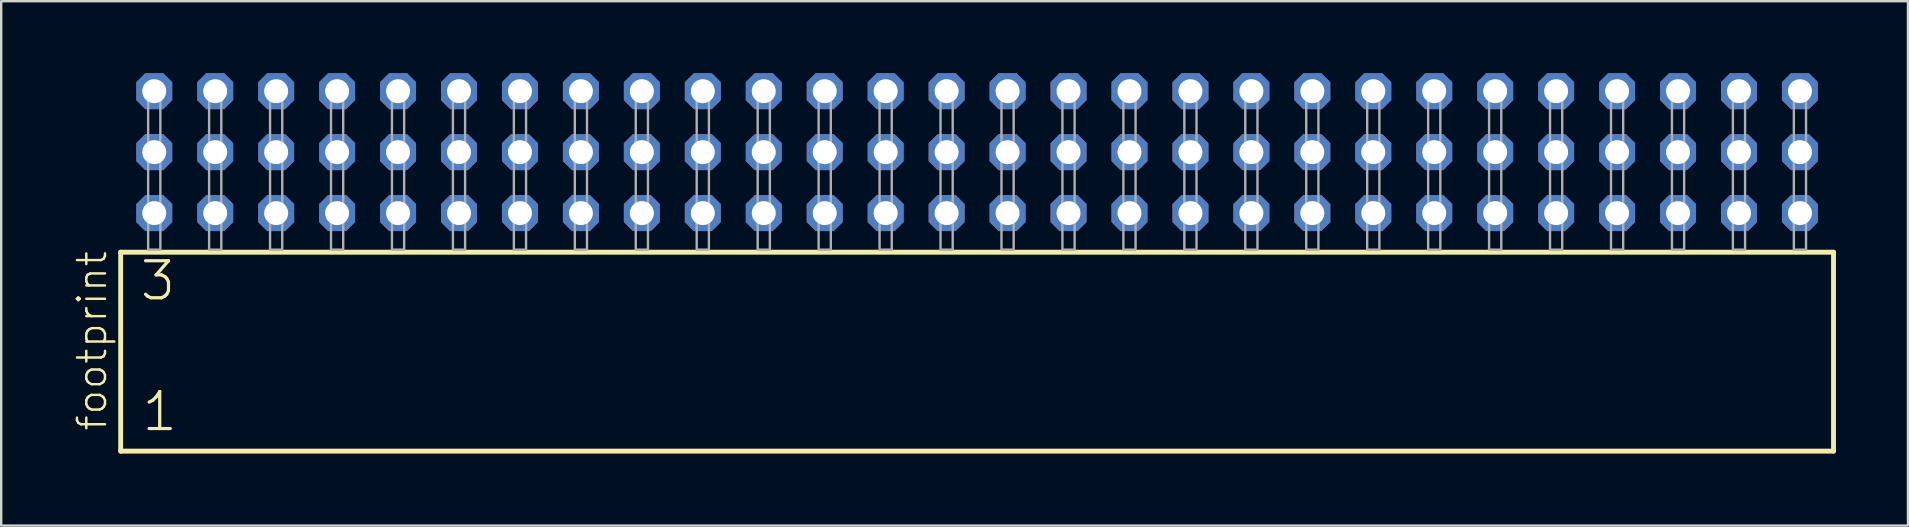
<source format=kicad_pcb>
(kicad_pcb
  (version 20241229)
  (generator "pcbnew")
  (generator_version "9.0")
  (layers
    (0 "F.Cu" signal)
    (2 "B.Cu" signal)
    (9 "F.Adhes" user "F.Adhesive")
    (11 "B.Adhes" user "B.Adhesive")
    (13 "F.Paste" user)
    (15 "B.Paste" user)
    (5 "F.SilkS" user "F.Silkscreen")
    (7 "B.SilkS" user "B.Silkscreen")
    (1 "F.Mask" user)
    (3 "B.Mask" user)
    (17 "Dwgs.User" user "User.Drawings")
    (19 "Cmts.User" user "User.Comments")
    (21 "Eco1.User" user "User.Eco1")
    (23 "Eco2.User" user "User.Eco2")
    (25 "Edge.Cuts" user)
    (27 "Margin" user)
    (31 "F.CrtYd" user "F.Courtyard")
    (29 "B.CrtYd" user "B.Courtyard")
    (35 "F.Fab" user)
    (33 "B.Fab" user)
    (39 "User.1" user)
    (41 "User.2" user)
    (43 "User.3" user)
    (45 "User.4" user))
  (footprint "footprint"
    (layer "F.Cu")
    (at 37.668 7.354)
    (property "Reference" "footprint" (at -36.195 7.62 90) (layer "F.SilkS") (effects (font (size 1.168 1.168) (thickness 0.102)) (justify left bottom)))
    (fp_line (start -35.689 0.106) (end -35.689 8.396) (stroke (width 0.203) (type solid)) (layer "F.SilkS"))
    (fp_line (start -35.689 8.396) (end 35.689 8.396) (stroke (width 0.203) (type solid)) (layer "F.SilkS"))
    (fp_line (start 35.689 0.106) (end -35.689 0.106) (stroke (width 0.203) (type solid)) (layer "F.SilkS"))
    (fp_line (start 35.689 8.396) (end 35.689 0.106) (stroke (width 0.203) (type solid)) (layer "F.SilkS"))
    (fp_poly (pts (xy -34.544 0) (xy -34.036 0) (xy -34.036 -6.858) (xy -34.544 -6.858)) (stroke (width 0.1) (type solid)) (fill no) (layer "F.Fab"))
    (fp_poly (pts (xy -32.004 0) (xy -31.496 0) (xy -31.496 -6.858) (xy -32.004 -6.858)) (stroke (width 0.1) (type solid)) (fill no) (layer "F.Fab"))
    (fp_poly (pts (xy -29.464 0) (xy -28.956 0) (xy -28.956 -6.858) (xy -29.464 -6.858)) (stroke (width 0.1) (type solid)) (fill no) (layer "F.Fab"))
    (fp_poly (pts (xy -26.924 0) (xy -26.416 0) (xy -26.416 -6.858) (xy -26.924 -6.858)) (stroke (width 0.1) (type solid)) (fill no) (layer "F.Fab"))
    (fp_poly (pts (xy -24.384 0) (xy -23.876 0) (xy -23.876 -6.858) (xy -24.384 -6.858)) (stroke (width 0.1) (type solid)) (fill no) (layer "F.Fab"))
    (fp_poly (pts (xy -21.844 0) (xy -21.336 0) (xy -21.336 -6.858) (xy -21.844 -6.858)) (stroke (width 0.1) (type solid)) (fill no) (layer "F.Fab"))
    (fp_poly (pts (xy -19.304 0) (xy -18.796 0) (xy -18.796 -6.858) (xy -19.304 -6.858)) (stroke (width 0.1) (type solid)) (fill no) (layer "F.Fab"))
    (fp_poly (pts (xy -16.764 0) (xy -16.256 0) (xy -16.256 -6.858) (xy -16.764 -6.858)) (stroke (width 0.1) (type solid)) (fill no) (layer "F.Fab"))
    (fp_poly (pts (xy -14.224 0) (xy -13.716 0) (xy -13.716 -6.858) (xy -14.224 -6.858)) (stroke (width 0.1) (type solid)) (fill no) (layer "F.Fab"))
    (fp_poly (pts (xy -11.684 0) (xy -11.176 0) (xy -11.176 -6.858) (xy -11.684 -6.858)) (stroke (width 0.1) (type solid)) (fill no) (layer "F.Fab"))
    (fp_poly (pts (xy -9.144 0) (xy -8.636 0) (xy -8.636 -6.858) (xy -9.144 -6.858)) (stroke (width 0.1) (type solid)) (fill no) (layer "F.Fab"))
    (fp_poly (pts (xy -6.604 0) (xy -6.096 0) (xy -6.096 -6.858) (xy -6.604 -6.858)) (stroke (width 0.1) (type solid)) (fill no) (layer "F.Fab"))
    (fp_poly (pts (xy -4.064 0) (xy -3.556 0) (xy -3.556 -6.858) (xy -4.064 -6.858)) (stroke (width 0.1) (type solid)) (fill no) (layer "F.Fab"))
    (fp_poly (pts (xy -1.524 0) (xy -1.016 0) (xy -1.016 -6.858) (xy -1.524 -6.858)) (stroke (width 0.1) (type solid)) (fill no) (layer "F.Fab"))
    (fp_poly (pts (xy 1.016 0) (xy 1.524 0) (xy 1.524 -6.858) (xy 1.016 -6.858)) (stroke (width 0.1) (type solid)) (fill no) (layer "F.Fab"))
    (fp_poly (pts (xy 3.556 0) (xy 4.064 0) (xy 4.064 -6.858) (xy 3.556 -6.858)) (stroke (width 0.1) (type solid)) (fill no) (layer "F.Fab"))
    (fp_poly (pts (xy 6.096 0) (xy 6.604 0) (xy 6.604 -6.858) (xy 6.096 -6.858)) (stroke (width 0.1) (type solid)) (fill no) (layer "F.Fab"))
    (fp_poly (pts (xy 8.636 0) (xy 9.144 0) (xy 9.144 -6.858) (xy 8.636 -6.858)) (stroke (width 0.1) (type solid)) (fill no) (layer "F.Fab"))
    (fp_poly (pts (xy 11.176 0) (xy 11.684 0) (xy 11.684 -6.858) (xy 11.176 -6.858)) (stroke (width 0.1) (type solid)) (fill no) (layer "F.Fab"))
    (fp_poly (pts (xy 13.716 0) (xy 14.224 0) (xy 14.224 -6.858) (xy 13.716 -6.858)) (stroke (width 0.1) (type solid)) (fill no) (layer "F.Fab"))
    (fp_poly (pts (xy 16.256 0) (xy 16.764 0) (xy 16.764 -6.858) (xy 16.256 -6.858)) (stroke (width 0.1) (type solid)) (fill no) (layer "F.Fab"))
    (fp_poly (pts (xy 18.796 0) (xy 19.304 0) (xy 19.304 -6.858) (xy 18.796 -6.858)) (stroke (width 0.1) (type solid)) (fill no) (layer "F.Fab"))
    (fp_poly (pts (xy 21.336 0) (xy 21.844 0) (xy 21.844 -6.858) (xy 21.336 -6.858)) (stroke (width 0.1) (type solid)) (fill no) (layer "F.Fab"))
    (fp_poly (pts (xy 23.876 0) (xy 24.384 0) (xy 24.384 -6.858) (xy 23.876 -6.858)) (stroke (width 0.1) (type solid)) (fill no) (layer "F.Fab"))
    (fp_poly (pts (xy 26.416 0) (xy 26.924 0) (xy 26.924 -6.858) (xy 26.416 -6.858)) (stroke (width 0.1) (type solid)) (fill no) (layer "F.Fab"))
    (fp_poly (pts (xy 28.956 0) (xy 29.464 0) (xy 29.464 -6.858) (xy 28.956 -6.858)) (stroke (width 0.1) (type solid)) (fill no) (layer "F.Fab"))
    (fp_poly (pts (xy 31.496 0) (xy 32.004 0) (xy 32.004 -6.858) (xy 31.496 -6.858)) (stroke (width 0.1) (type solid)) (fill no) (layer "F.Fab"))
    (fp_poly (pts (xy 34.036 0) (xy 34.544 0) (xy 34.544 -6.858) (xy 34.036 -6.858)) (stroke (width 0.1) (type solid)) (fill no) (layer "F.Fab"))
    (fp_text user "1" (at -34.885 7.65 0) (layer "F.SilkS") (effects (font (size 1.542 1.542) (thickness 0.134)) (justify left bottom)))
    (fp_text user "3" (at -34.96 2.2 0) (layer "F.SilkS") (effects (font (size 1.542 1.542) (thickness 0.134)) (justify left bottom)))
    (pad "1" thru_hole roundrect (at -34.29 -1.524) (size 1.5 1.5) (drill 1) (layers "*.Cu" "*.Mask") (roundrect_rratio 0.25) (chamfer_ratio 0.25) (chamfer top_left top_right bottom_left bottom_right))
    (pad "2" thru_hole roundrect (at -34.29 -4.064) (size 1.5 1.5) (drill 1) (layers "*.Cu" "*.Mask") (roundrect_rratio 0.25) (chamfer_ratio 0.25) (chamfer top_left top_right bottom_left bottom_right))
    (pad "3" thru_hole roundrect (at -34.29 -6.604) (size 1.5 1.5) (drill 1) (layers "*.Cu" "*.Mask") (roundrect_rratio 0.25) (chamfer_ratio 0.25) (chamfer top_left top_right bottom_left bottom_right))
    (pad "4" thru_hole roundrect (at -31.75 -1.524) (size 1.5 1.5) (drill 1) (layers "*.Cu" "*.Mask") (roundrect_rratio 0.25) (chamfer_ratio 0.25) (chamfer top_left top_right bottom_left bottom_right))
    (pad "5" thru_hole roundrect (at -31.75 -4.064) (size 1.5 1.5) (drill 1) (layers "*.Cu" "*.Mask") (roundrect_rratio 0.25) (chamfer_ratio 0.25) (chamfer top_left top_right bottom_left bottom_right))
    (pad "6" thru_hole roundrect (at -31.75 -6.604) (size 1.5 1.5) (drill 1) (layers "*.Cu" "*.Mask") (roundrect_rratio 0.25) (chamfer_ratio 0.25) (chamfer top_left top_right bottom_left bottom_right))
    (pad "7" thru_hole roundrect (at -29.21 -1.524) (size 1.5 1.5) (drill 1) (layers "*.Cu" "*.Mask") (roundrect_rratio 0.25) (chamfer_ratio 0.25) (chamfer top_left top_right bottom_left bottom_right))
    (pad "8" thru_hole roundrect (at -29.21 -4.064) (size 1.5 1.5) (drill 1) (layers "*.Cu" "*.Mask") (roundrect_rratio 0.25) (chamfer_ratio 0.25) (chamfer top_left top_right bottom_left bottom_right))
    (pad "9" thru_hole roundrect (at -29.21 -6.604) (size 1.5 1.5) (drill 1) (layers "*.Cu" "*.Mask") (roundrect_rratio 0.25) (chamfer_ratio 0.25) (chamfer top_left top_right bottom_left bottom_right))
    (pad "10" thru_hole roundrect (at -26.67 -1.524) (size 1.5 1.5) (drill 1) (layers "*.Cu" "*.Mask") (roundrect_rratio 0.25) (chamfer_ratio 0.25) (chamfer top_left top_right bottom_left bottom_right))
    (pad "11" thru_hole roundrect (at -26.67 -4.064) (size 1.5 1.5) (drill 1) (layers "*.Cu" "*.Mask") (roundrect_rratio 0.25) (chamfer_ratio 0.25) (chamfer top_left top_right bottom_left bottom_right))
    (pad "12" thru_hole roundrect (at -26.67 -6.604) (size 1.5 1.5) (drill 1) (layers "*.Cu" "*.Mask") (roundrect_rratio 0.25) (chamfer_ratio 0.25) (chamfer top_left top_right bottom_left bottom_right))
    (pad "13" thru_hole roundrect (at -24.13 -1.524) (size 1.5 1.5) (drill 1) (layers "*.Cu" "*.Mask") (roundrect_rratio 0.25) (chamfer_ratio 0.25) (chamfer top_left top_right bottom_left bottom_right))
    (pad "14" thru_hole roundrect (at -24.13 -4.064) (size 1.5 1.5) (drill 1) (layers "*.Cu" "*.Mask") (roundrect_rratio 0.25) (chamfer_ratio 0.25) (chamfer top_left top_right bottom_left bottom_right))
    (pad "15" thru_hole roundrect (at -24.13 -6.604) (size 1.5 1.5) (drill 1) (layers "*.Cu" "*.Mask") (roundrect_rratio 0.25) (chamfer_ratio 0.25) (chamfer top_left top_right bottom_left bottom_right))
    (pad "16" thru_hole roundrect (at -21.59 -1.524) (size 1.5 1.5) (drill 1) (layers "*.Cu" "*.Mask") (roundrect_rratio 0.25) (chamfer_ratio 0.25) (chamfer top_left top_right bottom_left bottom_right))
    (pad "17" thru_hole roundrect (at -21.59 -4.064) (size 1.5 1.5) (drill 1) (layers "*.Cu" "*.Mask") (roundrect_rratio 0.25) (chamfer_ratio 0.25) (chamfer top_left top_right bottom_left bottom_right))
    (pad "18" thru_hole roundrect (at -21.59 -6.604) (size 1.5 1.5) (drill 1) (layers "*.Cu" "*.Mask") (roundrect_rratio 0.25) (chamfer_ratio 0.25) (chamfer top_left top_right bottom_left bottom_right))
    (pad "19" thru_hole roundrect (at -19.05 -1.524) (size 1.5 1.5) (drill 1) (layers "*.Cu" "*.Mask") (roundrect_rratio 0.25) (chamfer_ratio 0.25) (chamfer top_left top_right bottom_left bottom_right))
    (pad "20" thru_hole roundrect (at -19.05 -4.064) (size 1.5 1.5) (drill 1) (layers "*.Cu" "*.Mask") (roundrect_rratio 0.25) (chamfer_ratio 0.25) (chamfer top_left top_right bottom_left bottom_right))
    (pad "21" thru_hole roundrect (at -19.05 -6.604) (size 1.5 1.5) (drill 1) (layers "*.Cu" "*.Mask") (roundrect_rratio 0.25) (chamfer_ratio 0.25) (chamfer top_left top_right bottom_left bottom_right))
    (pad "22" thru_hole roundrect (at -16.51 -1.524) (size 1.5 1.5) (drill 1) (layers "*.Cu" "*.Mask") (roundrect_rratio 0.25) (chamfer_ratio 0.25) (chamfer top_left top_right bottom_left bottom_right))
    (pad "23" thru_hole roundrect (at -16.51 -4.064) (size 1.5 1.5) (drill 1) (layers "*.Cu" "*.Mask") (roundrect_rratio 0.25) (chamfer_ratio 0.25) (chamfer top_left top_right bottom_left bottom_right))
    (pad "24" thru_hole roundrect (at -16.51 -6.604) (size 1.5 1.5) (drill 1) (layers "*.Cu" "*.Mask") (roundrect_rratio 0.25) (chamfer_ratio 0.25) (chamfer top_left top_right bottom_left bottom_right))
    (pad "25" thru_hole roundrect (at -13.97 -1.524) (size 1.5 1.5) (drill 1) (layers "*.Cu" "*.Mask") (roundrect_rratio 0.25) (chamfer_ratio 0.25) (chamfer top_left top_right bottom_left bottom_right))
    (pad "26" thru_hole roundrect (at -13.97 -4.064) (size 1.5 1.5) (drill 1) (layers "*.Cu" "*.Mask") (roundrect_rratio 0.25) (chamfer_ratio 0.25) (chamfer top_left top_right bottom_left bottom_right))
    (pad "27" thru_hole roundrect (at -13.97 -6.604) (size 1.5 1.5) (drill 1) (layers "*.Cu" "*.Mask") (roundrect_rratio 0.25) (chamfer_ratio 0.25) (chamfer top_left top_right bottom_left bottom_right))
    (pad "28" thru_hole roundrect (at -11.43 -1.524) (size 1.5 1.5) (drill 1) (layers "*.Cu" "*.Mask") (roundrect_rratio 0.25) (chamfer_ratio 0.25) (chamfer top_left top_right bottom_left bottom_right))
    (pad "29" thru_hole roundrect (at -11.43 -4.064) (size 1.5 1.5) (drill 1) (layers "*.Cu" "*.Mask") (roundrect_rratio 0.25) (chamfer_ratio 0.25) (chamfer top_left top_right bottom_left bottom_right))
    (pad "30" thru_hole roundrect (at -11.43 -6.604) (size 1.5 1.5) (drill 1) (layers "*.Cu" "*.Mask") (roundrect_rratio 0.25) (chamfer_ratio 0.25) (chamfer top_left top_right bottom_left bottom_right))
    (pad "31" thru_hole roundrect (at -8.89 -1.524) (size 1.5 1.5) (drill 1) (layers "*.Cu" "*.Mask") (roundrect_rratio 0.25) (chamfer_ratio 0.25) (chamfer top_left top_right bottom_left bottom_right))
    (pad "32" thru_hole roundrect (at -8.89 -4.064) (size 1.5 1.5) (drill 1) (layers "*.Cu" "*.Mask") (roundrect_rratio 0.25) (chamfer_ratio 0.25) (chamfer top_left top_right bottom_left bottom_right))
    (pad "33" thru_hole roundrect (at -8.89 -6.604) (size 1.5 1.5) (drill 1) (layers "*.Cu" "*.Mask") (roundrect_rratio 0.25) (chamfer_ratio 0.25) (chamfer top_left top_right bottom_left bottom_right))
    (pad "34" thru_hole roundrect (at -6.35 -1.524) (size 1.5 1.5) (drill 1) (layers "*.Cu" "*.Mask") (roundrect_rratio 0.25) (chamfer_ratio 0.25) (chamfer top_left top_right bottom_left bottom_right))
    (pad "35" thru_hole roundrect (at -6.35 -4.064) (size 1.5 1.5) (drill 1) (layers "*.Cu" "*.Mask") (roundrect_rratio 0.25) (chamfer_ratio 0.25) (chamfer top_left top_right bottom_left bottom_right))
    (pad "36" thru_hole roundrect (at -6.35 -6.604) (size 1.5 1.5) (drill 1) (layers "*.Cu" "*.Mask") (roundrect_rratio 0.25) (chamfer_ratio 0.25) (chamfer top_left top_right bottom_left bottom_right))
    (pad "37" thru_hole roundrect (at -3.81 -1.524) (size 1.5 1.5) (drill 1) (layers "*.Cu" "*.Mask") (roundrect_rratio 0.25) (chamfer_ratio 0.25) (chamfer top_left top_right bottom_left bottom_right))
    (pad "38" thru_hole roundrect (at -3.81 -4.064) (size 1.5 1.5) (drill 1) (layers "*.Cu" "*.Mask") (roundrect_rratio 0.25) (chamfer_ratio 0.25) (chamfer top_left top_right bottom_left bottom_right))
    (pad "39" thru_hole roundrect (at -3.81 -6.604) (size 1.5 1.5) (drill 1) (layers "*.Cu" "*.Mask") (roundrect_rratio 0.25) (chamfer_ratio 0.25) (chamfer top_left top_right bottom_left bottom_right))
    (pad "40" thru_hole roundrect (at -1.27 -1.524) (size 1.5 1.5) (drill 1) (layers "*.Cu" "*.Mask") (roundrect_rratio 0.25) (chamfer_ratio 0.25) (chamfer top_left top_right bottom_left bottom_right))
    (pad "41" thru_hole roundrect (at -1.27 -4.064) (size 1.5 1.5) (drill 1) (layers "*.Cu" "*.Mask") (roundrect_rratio 0.25) (chamfer_ratio 0.25) (chamfer top_left top_right bottom_left bottom_right))
    (pad "42" thru_hole roundrect (at -1.27 -6.604) (size 1.5 1.5) (drill 1) (layers "*.Cu" "*.Mask") (roundrect_rratio 0.25) (chamfer_ratio 0.25) (chamfer top_left top_right bottom_left bottom_right))
    (pad "43" thru_hole roundrect (at 1.27 -1.524) (size 1.5 1.5) (drill 1) (layers "*.Cu" "*.Mask") (roundrect_rratio 0.25) (chamfer_ratio 0.25) (chamfer top_left top_right bottom_left bottom_right))
    (pad "44" thru_hole roundrect (at 1.27 -4.064) (size 1.5 1.5) (drill 1) (layers "*.Cu" "*.Mask") (roundrect_rratio 0.25) (chamfer_ratio 0.25) (chamfer top_left top_right bottom_left bottom_right))
    (pad "45" thru_hole roundrect (at 1.27 -6.604) (size 1.5 1.5) (drill 1) (layers "*.Cu" "*.Mask") (roundrect_rratio 0.25) (chamfer_ratio 0.25) (chamfer top_left top_right bottom_left bottom_right))
    (pad "46" thru_hole roundrect (at 3.81 -1.524) (size 1.5 1.5) (drill 1) (layers "*.Cu" "*.Mask") (roundrect_rratio 0.25) (chamfer_ratio 0.25) (chamfer top_left top_right bottom_left bottom_right))
    (pad "47" thru_hole roundrect (at 3.81 -4.064) (size 1.5 1.5) (drill 1) (layers "*.Cu" "*.Mask") (roundrect_rratio 0.25) (chamfer_ratio 0.25) (chamfer top_left top_right bottom_left bottom_right))
    (pad "48" thru_hole roundrect (at 3.81 -6.604) (size 1.5 1.5) (drill 1) (layers "*.Cu" "*.Mask") (roundrect_rratio 0.25) (chamfer_ratio 0.25) (chamfer top_left top_right bottom_left bottom_right))
    (pad "49" thru_hole roundrect (at 6.35 -1.524) (size 1.5 1.5) (drill 1) (layers "*.Cu" "*.Mask") (roundrect_rratio 0.25) (chamfer_ratio 0.25) (chamfer top_left top_right bottom_left bottom_right))
    (pad "50" thru_hole roundrect (at 6.35 -4.064) (size 1.5 1.5) (drill 1) (layers "*.Cu" "*.Mask") (roundrect_rratio 0.25) (chamfer_ratio 0.25) (chamfer top_left top_right bottom_left bottom_right))
    (pad "51" thru_hole roundrect (at 6.35 -6.604) (size 1.5 1.5) (drill 1) (layers "*.Cu" "*.Mask") (roundrect_rratio 0.25) (chamfer_ratio 0.25) (chamfer top_left top_right bottom_left bottom_right))
    (pad "52" thru_hole roundrect (at 8.89 -1.524) (size 1.5 1.5) (drill 1) (layers "*.Cu" "*.Mask") (roundrect_rratio 0.25) (chamfer_ratio 0.25) (chamfer top_left top_right bottom_left bottom_right))
    (pad "53" thru_hole roundrect (at 8.89 -4.064) (size 1.5 1.5) (drill 1) (layers "*.Cu" "*.Mask") (roundrect_rratio 0.25) (chamfer_ratio 0.25) (chamfer top_left top_right bottom_left bottom_right))
    (pad "54" thru_hole roundrect (at 8.89 -6.604) (size 1.5 1.5) (drill 1) (layers "*.Cu" "*.Mask") (roundrect_rratio 0.25) (chamfer_ratio 0.25) (chamfer top_left top_right bottom_left bottom_right))
    (pad "55" thru_hole roundrect (at 11.43 -1.524) (size 1.5 1.5) (drill 1) (layers "*.Cu" "*.Mask") (roundrect_rratio 0.25) (chamfer_ratio 0.25) (chamfer top_left top_right bottom_left bottom_right))
    (pad "56" thru_hole roundrect (at 11.43 -4.064) (size 1.5 1.5) (drill 1) (layers "*.Cu" "*.Mask") (roundrect_rratio 0.25) (chamfer_ratio 0.25) (chamfer top_left top_right bottom_left bottom_right))
    (pad "57" thru_hole roundrect (at 11.43 -6.604) (size 1.5 1.5) (drill 1) (layers "*.Cu" "*.Mask") (roundrect_rratio 0.25) (chamfer_ratio 0.25) (chamfer top_left top_right bottom_left bottom_right))
    (pad "58" thru_hole roundrect (at 13.97 -1.524) (size 1.5 1.5) (drill 1) (layers "*.Cu" "*.Mask") (roundrect_rratio 0.25) (chamfer_ratio 0.25) (chamfer top_left top_right bottom_left bottom_right))
    (pad "59" thru_hole roundrect (at 13.97 -4.064) (size 1.5 1.5) (drill 1) (layers "*.Cu" "*.Mask") (roundrect_rratio 0.25) (chamfer_ratio 0.25) (chamfer top_left top_right bottom_left bottom_right))
    (pad "60" thru_hole roundrect (at 13.97 -6.604) (size 1.5 1.5) (drill 1) (layers "*.Cu" "*.Mask") (roundrect_rratio 0.25) (chamfer_ratio 0.25) (chamfer top_left top_right bottom_left bottom_right))
    (pad "61" thru_hole roundrect (at 16.51 -1.524) (size 1.5 1.5) (drill 1) (layers "*.Cu" "*.Mask") (roundrect_rratio 0.25) (chamfer_ratio 0.25) (chamfer top_left top_right bottom_left bottom_right))
    (pad "62" thru_hole roundrect (at 16.51 -4.064) (size 1.5 1.5) (drill 1) (layers "*.Cu" "*.Mask") (roundrect_rratio 0.25) (chamfer_ratio 0.25) (chamfer top_left top_right bottom_left bottom_right))
    (pad "63" thru_hole roundrect (at 16.51 -6.604) (size 1.5 1.5) (drill 1) (layers "*.Cu" "*.Mask") (roundrect_rratio 0.25) (chamfer_ratio 0.25) (chamfer top_left top_right bottom_left bottom_right))
    (pad "64" thru_hole roundrect (at 19.05 -1.524) (size 1.5 1.5) (drill 1) (layers "*.Cu" "*.Mask") (roundrect_rratio 0.25) (chamfer_ratio 0.25) (chamfer top_left top_right bottom_left bottom_right))
    (pad "65" thru_hole roundrect (at 19.05 -4.064) (size 1.5 1.5) (drill 1) (layers "*.Cu" "*.Mask") (roundrect_rratio 0.25) (chamfer_ratio 0.25) (chamfer top_left top_right bottom_left bottom_right))
    (pad "66" thru_hole roundrect (at 19.05 -6.604) (size 1.5 1.5) (drill 1) (layers "*.Cu" "*.Mask") (roundrect_rratio 0.25) (chamfer_ratio 0.25) (chamfer top_left top_right bottom_left bottom_right))
    (pad "67" thru_hole roundrect (at 21.59 -1.524) (size 1.5 1.5) (drill 1) (layers "*.Cu" "*.Mask") (roundrect_rratio 0.25) (chamfer_ratio 0.25) (chamfer top_left top_right bottom_left bottom_right))
    (pad "68" thru_hole roundrect (at 21.59 -4.064) (size 1.5 1.5) (drill 1) (layers "*.Cu" "*.Mask") (roundrect_rratio 0.25) (chamfer_ratio 0.25) (chamfer top_left top_right bottom_left bottom_right))
    (pad "69" thru_hole roundrect (at 21.59 -6.604) (size 1.5 1.5) (drill 1) (layers "*.Cu" "*.Mask") (roundrect_rratio 0.25) (chamfer_ratio 0.25) (chamfer top_left top_right bottom_left bottom_right))
    (pad "70" thru_hole roundrect (at 24.13 -1.524) (size 1.5 1.5) (drill 1) (layers "*.Cu" "*.Mask") (roundrect_rratio 0.25) (chamfer_ratio 0.25) (chamfer top_left top_right bottom_left bottom_right))
    (pad "71" thru_hole roundrect (at 24.13 -4.064) (size 1.5 1.5) (drill 1) (layers "*.Cu" "*.Mask") (roundrect_rratio 0.25) (chamfer_ratio 0.25) (chamfer top_left top_right bottom_left bottom_right))
    (pad "72" thru_hole roundrect (at 24.13 -6.604) (size 1.5 1.5) (drill 1) (layers "*.Cu" "*.Mask") (roundrect_rratio 0.25) (chamfer_ratio 0.25) (chamfer top_left top_right bottom_left bottom_right))
    (pad "73" thru_hole roundrect (at 26.67 -1.524) (size 1.5 1.5) (drill 1) (layers "*.Cu" "*.Mask") (roundrect_rratio 0.25) (chamfer_ratio 0.25) (chamfer top_left top_right bottom_left bottom_right))
    (pad "74" thru_hole roundrect (at 26.67 -4.064) (size 1.5 1.5) (drill 1) (layers "*.Cu" "*.Mask") (roundrect_rratio 0.25) (chamfer_ratio 0.25) (chamfer top_left top_right bottom_left bottom_right))
    (pad "75" thru_hole roundrect (at 26.67 -6.604) (size 1.5 1.5) (drill 1) (layers "*.Cu" "*.Mask") (roundrect_rratio 0.25) (chamfer_ratio 0.25) (chamfer top_left top_right bottom_left bottom_right))
    (pad "76" thru_hole roundrect (at 29.21 -1.524) (size 1.5 1.5) (drill 1) (layers "*.Cu" "*.Mask") (roundrect_rratio 0.25) (chamfer_ratio 0.25) (chamfer top_left top_right bottom_left bottom_right))
    (pad "77" thru_hole roundrect (at 29.21 -4.064) (size 1.5 1.5) (drill 1) (layers "*.Cu" "*.Mask") (roundrect_rratio 0.25) (chamfer_ratio 0.25) (chamfer top_left top_right bottom_left bottom_right))
    (pad "78" thru_hole roundrect (at 29.21 -6.604) (size 1.5 1.5) (drill 1) (layers "*.Cu" "*.Mask") (roundrect_rratio 0.25) (chamfer_ratio 0.25) (chamfer top_left top_right bottom_left bottom_right))
    (pad "79" thru_hole roundrect (at 31.75 -1.524) (size 1.5 1.5) (drill 1) (layers "*.Cu" "*.Mask") (roundrect_rratio 0.25) (chamfer_ratio 0.25) (chamfer top_left top_right bottom_left bottom_right))
    (pad "80" thru_hole roundrect (at 31.75 -4.064) (size 1.5 1.5) (drill 1) (layers "*.Cu" "*.Mask") (roundrect_rratio 0.25) (chamfer_ratio 0.25) (chamfer top_left top_right bottom_left bottom_right))
    (pad "81" thru_hole roundrect (at 31.75 -6.604) (size 1.5 1.5) (drill 1) (layers "*.Cu" "*.Mask") (roundrect_rratio 0.25) (chamfer_ratio 0.25) (chamfer top_left top_right bottom_left bottom_right))
    (pad "82" thru_hole roundrect (at 34.29 -1.524) (size 1.5 1.5) (drill 1) (layers "*.Cu" "*.Mask") (roundrect_rratio 0.25) (chamfer_ratio 0.25) (chamfer top_left top_right bottom_left bottom_right))
    (pad "83" thru_hole roundrect (at 34.29 -4.064) (size 1.5 1.5) (drill 1) (layers "*.Cu" "*.Mask") (roundrect_rratio 0.25) (chamfer_ratio 0.25) (chamfer top_left top_right bottom_left bottom_right))
    (pad "84" thru_hole roundrect (at 34.29 -6.604) (size 1.5 1.5) (drill 1) (layers "*.Cu" "*.Mask") (roundrect_rratio 0.25) (chamfer_ratio 0.25) (chamfer top_left top_right bottom_left bottom_right)))
  (gr_rect
    (start -3 -3)
    (end 76.459 18.852)
    (stroke (width 0.1) (type default))
    (fill no)
    (layer "Edge.Cuts")))
</source>
